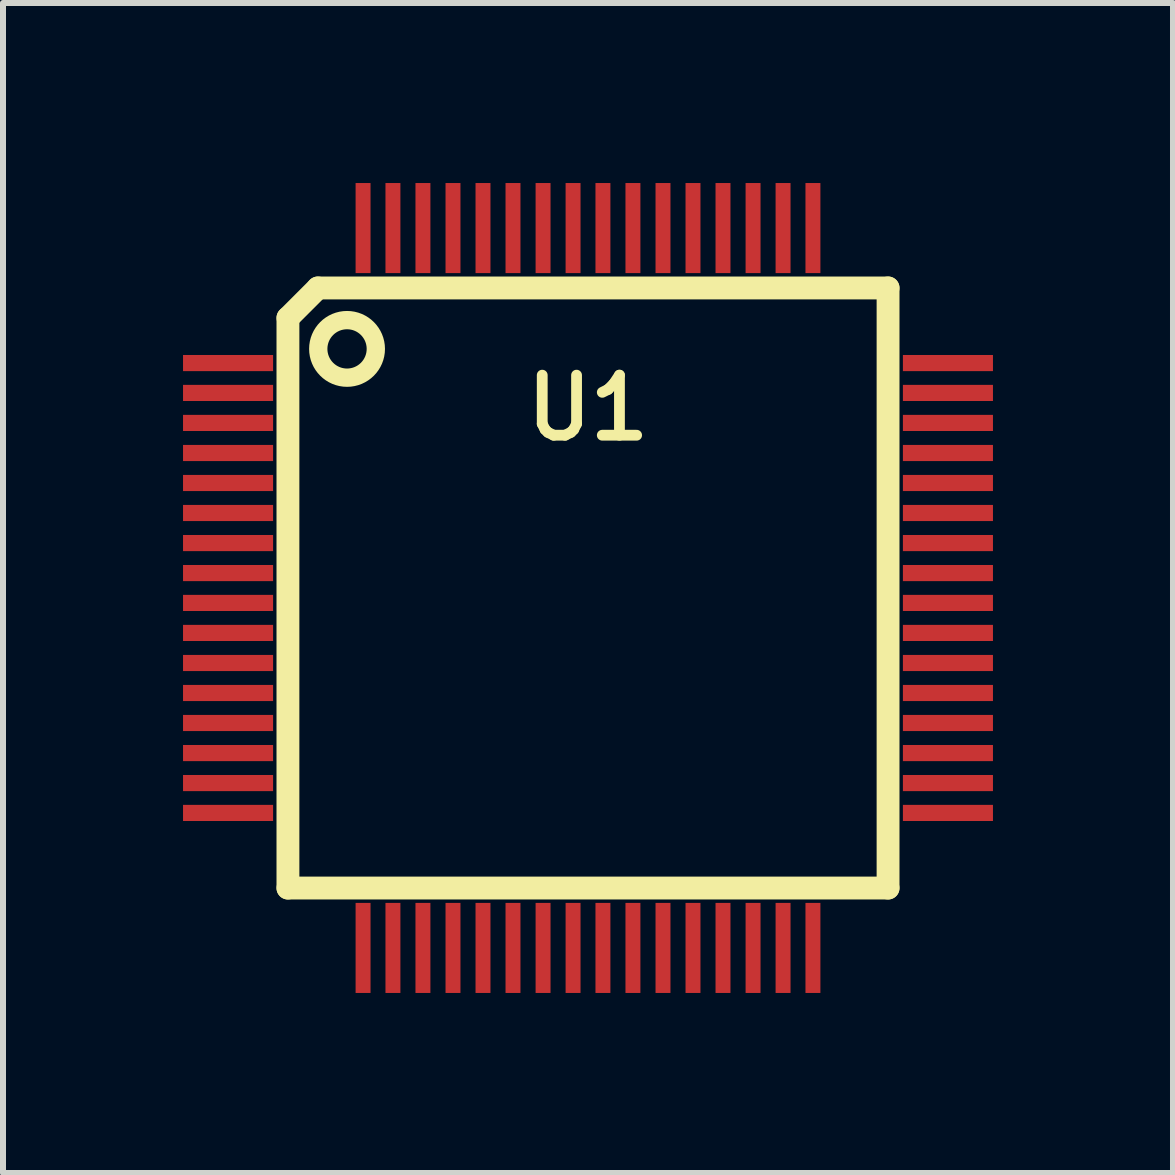
<source format=kicad_pcb>
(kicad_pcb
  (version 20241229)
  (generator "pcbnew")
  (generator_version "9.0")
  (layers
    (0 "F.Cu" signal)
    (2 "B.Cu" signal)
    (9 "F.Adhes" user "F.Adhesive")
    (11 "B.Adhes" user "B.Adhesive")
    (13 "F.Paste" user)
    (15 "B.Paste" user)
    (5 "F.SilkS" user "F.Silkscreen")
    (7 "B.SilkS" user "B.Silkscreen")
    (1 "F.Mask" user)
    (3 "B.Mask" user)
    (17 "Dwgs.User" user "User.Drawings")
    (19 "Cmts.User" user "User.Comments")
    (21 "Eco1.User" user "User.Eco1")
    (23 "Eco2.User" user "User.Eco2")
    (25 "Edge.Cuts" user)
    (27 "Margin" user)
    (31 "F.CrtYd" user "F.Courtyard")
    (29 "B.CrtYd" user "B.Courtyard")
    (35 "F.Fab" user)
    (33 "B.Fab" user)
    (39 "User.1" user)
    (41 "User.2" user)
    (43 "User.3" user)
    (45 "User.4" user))
  (footprint "U1"
    (layer "F.Cu")
    (at 6.75 6.75)
    (property "Reference" "U1" (at 0 -3 0) (layer "F.SilkS") (effects (font (size 1.001 1.001) (thickness 0.18))))
    (attr through_hole)
    (fp_line (start -5.001 -4.501) (end -5.001 5.001) (stroke (width 0.381) (type solid)) (layer "F.SilkS"))
    (fp_line (start -4.501 -5.001) (end -5.001 -4.501) (stroke (width 0.381) (type solid)) (layer "F.SilkS"))
    (fp_line (start 5.001 -5.001) (end -4.501 -5.001) (stroke (width 0.381) (type solid)) (layer "F.SilkS"))
    (fp_line (start 5.001 -5.001) (end 5.001 5.001) (stroke (width 0.381) (type solid)) (layer "F.SilkS"))
    (fp_line (start 5.001 5.001) (end -5.001 5.001) (stroke (width 0.381) (type solid)) (layer "F.SilkS"))
    (fp_circle (center -4.016 -3.985) (end -3.609 -3.731) (stroke (width 0.305) (type solid)) (fill no) (layer "F.SilkS"))
    (pad "1" smd rect (at -5.999 -3.749) (size 1.501 0.269) (layers "F.Cu" "F.Mask" "F.Paste"))
    (pad "2" smd rect (at -5.999 -3.251) (size 1.501 0.269) (layers "F.Cu" "F.Mask" "F.Paste"))
    (pad "3" smd rect (at -5.999 -2.751) (size 1.501 0.269) (layers "F.Cu" "F.Mask" "F.Paste"))
    (pad "4" smd rect (at -5.999 -2.25) (size 1.501 0.269) (layers "F.Cu" "F.Mask" "F.Paste"))
    (pad "5" smd rect (at -5.999 -1.75) (size 1.501 0.269) (layers "F.Cu" "F.Mask" "F.Paste"))
    (pad "6" smd rect (at -5.999 -1.25) (size 1.501 0.269) (layers "F.Cu" "F.Mask" "F.Paste"))
    (pad "7" smd rect (at -5.999 -0.749) (size 1.501 0.269) (layers "F.Cu" "F.Mask" "F.Paste"))
    (pad "8" smd rect (at -5.999 -0.249) (size 1.501 0.269) (layers "F.Cu" "F.Mask" "F.Paste"))
    (pad "9" smd rect (at -5.999 0.249) (size 1.501 0.269) (layers "F.Cu" "F.Mask" "F.Paste"))
    (pad "10" smd rect (at -5.999 0.749) (size 1.501 0.269) (layers "F.Cu" "F.Mask" "F.Paste"))
    (pad "11" smd rect (at -5.999 1.25) (size 1.501 0.269) (layers "F.Cu" "F.Mask" "F.Paste"))
    (pad "12" smd rect (at -5.999 1.75) (size 1.501 0.269) (layers "F.Cu" "F.Mask" "F.Paste"))
    (pad "13" smd rect (at -5.999 2.25) (size 1.501 0.269) (layers "F.Cu" "F.Mask" "F.Paste"))
    (pad "14" smd rect (at -5.999 2.751) (size 1.501 0.269) (layers "F.Cu" "F.Mask" "F.Paste"))
    (pad "15" smd rect (at -5.999 3.251) (size 1.501 0.269) (layers "F.Cu" "F.Mask" "F.Paste"))
    (pad "16" smd rect (at -5.999 3.749) (size 1.501 0.269) (layers "F.Cu" "F.Mask" "F.Paste"))
    (pad "17" smd rect (at -3.749 5.999) (size 0.249 1.501) (layers "F.Cu" "F.Mask" "F.Paste"))
    (pad "18" smd rect (at -3.251 5.999) (size 0.249 1.501) (layers "F.Cu" "F.Mask" "F.Paste"))
    (pad "19" smd rect (at -2.751 5.999) (size 0.249 1.501) (layers "F.Cu" "F.Mask" "F.Paste"))
    (pad "20" smd rect (at -2.25 5.999) (size 0.249 1.501) (layers "F.Cu" "F.Mask" "F.Paste"))
    (pad "21" smd rect (at -1.75 5.999) (size 0.249 1.501) (layers "F.Cu" "F.Mask" "F.Paste"))
    (pad "22" smd rect (at -1.25 5.999) (size 0.249 1.501) (layers "F.Cu" "F.Mask" "F.Paste"))
    (pad "23" smd rect (at -0.749 5.999) (size 0.249 1.501) (layers "F.Cu" "F.Mask" "F.Paste"))
    (pad "24" smd rect (at -0.249 5.999) (size 0.249 1.501) (layers "F.Cu" "F.Mask" "F.Paste"))
    (pad "25" smd rect (at 0.249 5.999) (size 0.249 1.501) (layers "F.Cu" "F.Mask" "F.Paste"))
    (pad "26" smd rect (at 0.749 5.999) (size 0.249 1.501) (layers "F.Cu" "F.Mask" "F.Paste"))
    (pad "27" smd rect (at 1.25 5.999) (size 0.249 1.501) (layers "F.Cu" "F.Mask" "F.Paste"))
    (pad "28" smd rect (at 1.75 5.999) (size 0.249 1.501) (layers "F.Cu" "F.Mask" "F.Paste"))
    (pad "29" smd rect (at 2.25 5.999) (size 0.249 1.501) (layers "F.Cu" "F.Mask" "F.Paste"))
    (pad "30" smd rect (at 2.751 5.999) (size 0.249 1.501) (layers "F.Cu" "F.Mask" "F.Paste"))
    (pad "31" smd rect (at 3.251 5.999) (size 0.249 1.501) (layers "F.Cu" "F.Mask" "F.Paste"))
    (pad "32" smd rect (at 3.749 5.999) (size 0.249 1.501) (layers "F.Cu" "F.Mask" "F.Paste"))
    (pad "33" smd rect (at 5.999 3.749) (size 1.501 0.269) (layers "F.Cu" "F.Mask" "F.Paste"))
    (pad "34" smd rect (at 5.999 3.251) (size 1.501 0.269) (layers "F.Cu" "F.Mask" "F.Paste"))
    (pad "35" smd rect (at 5.999 2.751) (size 1.501 0.269) (layers "F.Cu" "F.Mask" "F.Paste"))
    (pad "36" smd rect (at 5.999 2.25) (size 1.501 0.269) (layers "F.Cu" "F.Mask" "F.Paste"))
    (pad "37" smd rect (at 5.999 1.75) (size 1.501 0.269) (layers "F.Cu" "F.Mask" "F.Paste"))
    (pad "38" smd rect (at 5.999 1.25) (size 1.501 0.269) (layers "F.Cu" "F.Mask" "F.Paste"))
    (pad "39" smd rect (at 5.999 0.749) (size 1.501 0.269) (layers "F.Cu" "F.Mask" "F.Paste"))
    (pad "40" smd rect (at 5.999 0.249) (size 1.501 0.269) (layers "F.Cu" "F.Mask" "F.Paste"))
    (pad "41" smd rect (at 5.999 -0.249) (size 1.501 0.269) (layers "F.Cu" "F.Mask" "F.Paste"))
    (pad "42" smd rect (at 5.999 -0.749) (size 1.501 0.269) (layers "F.Cu" "F.Mask" "F.Paste"))
    (pad "43" smd rect (at 5.999 -1.25) (size 1.501 0.269) (layers "F.Cu" "F.Mask" "F.Paste"))
    (pad "44" smd rect (at 5.999 -1.75) (size 1.501 0.269) (layers "F.Cu" "F.Mask" "F.Paste"))
    (pad "45" smd rect (at 5.999 -2.25) (size 1.501 0.269) (layers "F.Cu" "F.Mask" "F.Paste"))
    (pad "46" smd rect (at 5.999 -2.751) (size 1.501 0.269) (layers "F.Cu" "F.Mask" "F.Paste"))
    (pad "47" smd rect (at 5.999 -3.251) (size 1.501 0.269) (layers "F.Cu" "F.Mask" "F.Paste"))
    (pad "48" smd rect (at 5.999 -3.749) (size 1.501 0.269) (layers "F.Cu" "F.Mask" "F.Paste"))
    (pad "49" smd rect (at 3.749 -5.999) (size 0.249 1.501) (layers "F.Cu" "F.Mask" "F.Paste"))
    (pad "50" smd rect (at 3.251 -5.999) (size 0.249 1.501) (layers "F.Cu" "F.Mask" "F.Paste"))
    (pad "51" smd rect (at 2.751 -5.999) (size 0.249 1.501) (layers "F.Cu" "F.Mask" "F.Paste"))
    (pad "52" smd rect (at 2.25 -5.999) (size 0.249 1.501) (layers "F.Cu" "F.Mask" "F.Paste"))
    (pad "53" smd rect (at 1.75 -5.999) (size 0.249 1.501) (layers "F.Cu" "F.Mask" "F.Paste"))
    (pad "54" smd rect (at 1.25 -5.999) (size 0.249 1.501) (layers "F.Cu" "F.Mask" "F.Paste"))
    (pad "55" smd rect (at 0.749 -5.999) (size 0.249 1.501) (layers "F.Cu" "F.Mask" "F.Paste"))
    (pad "56" smd rect (at 0.249 -5.999) (size 0.249 1.501) (layers "F.Cu" "F.Mask" "F.Paste"))
    (pad "57" smd rect (at -0.249 -5.999) (size 0.249 1.501) (layers "F.Cu" "F.Mask" "F.Paste"))
    (pad "58" smd rect (at -0.749 -5.999) (size 0.249 1.501) (layers "F.Cu" "F.Mask" "F.Paste"))
    (pad "59" smd rect (at -1.25 -5.999) (size 0.249 1.501) (layers "F.Cu" "F.Mask" "F.Paste"))
    (pad "60" smd rect (at -1.75 -5.999) (size 0.249 1.501) (layers "F.Cu" "F.Mask" "F.Paste"))
    (pad "61" smd rect (at -2.25 -5.999) (size 0.249 1.501) (layers "F.Cu" "F.Mask" "F.Paste"))
    (pad "62" smd rect (at -2.751 -5.999) (size 0.249 1.501) (layers "F.Cu" "F.Mask" "F.Paste"))
    (pad "63" smd rect (at -3.251 -5.999) (size 0.249 1.501) (layers "F.Cu" "F.Mask" "F.Paste"))
    (pad "64" smd rect (at -3.749 -5.999) (size 0.249 1.501) (layers "F.Cu" "F.Mask" "F.Paste")))
  (gr_rect
    (start -3 -3)
    (end 16.5 16.5)
    (stroke (width 0.1) (type default))
    (fill no)
    (layer "Edge.Cuts")))
</source>
